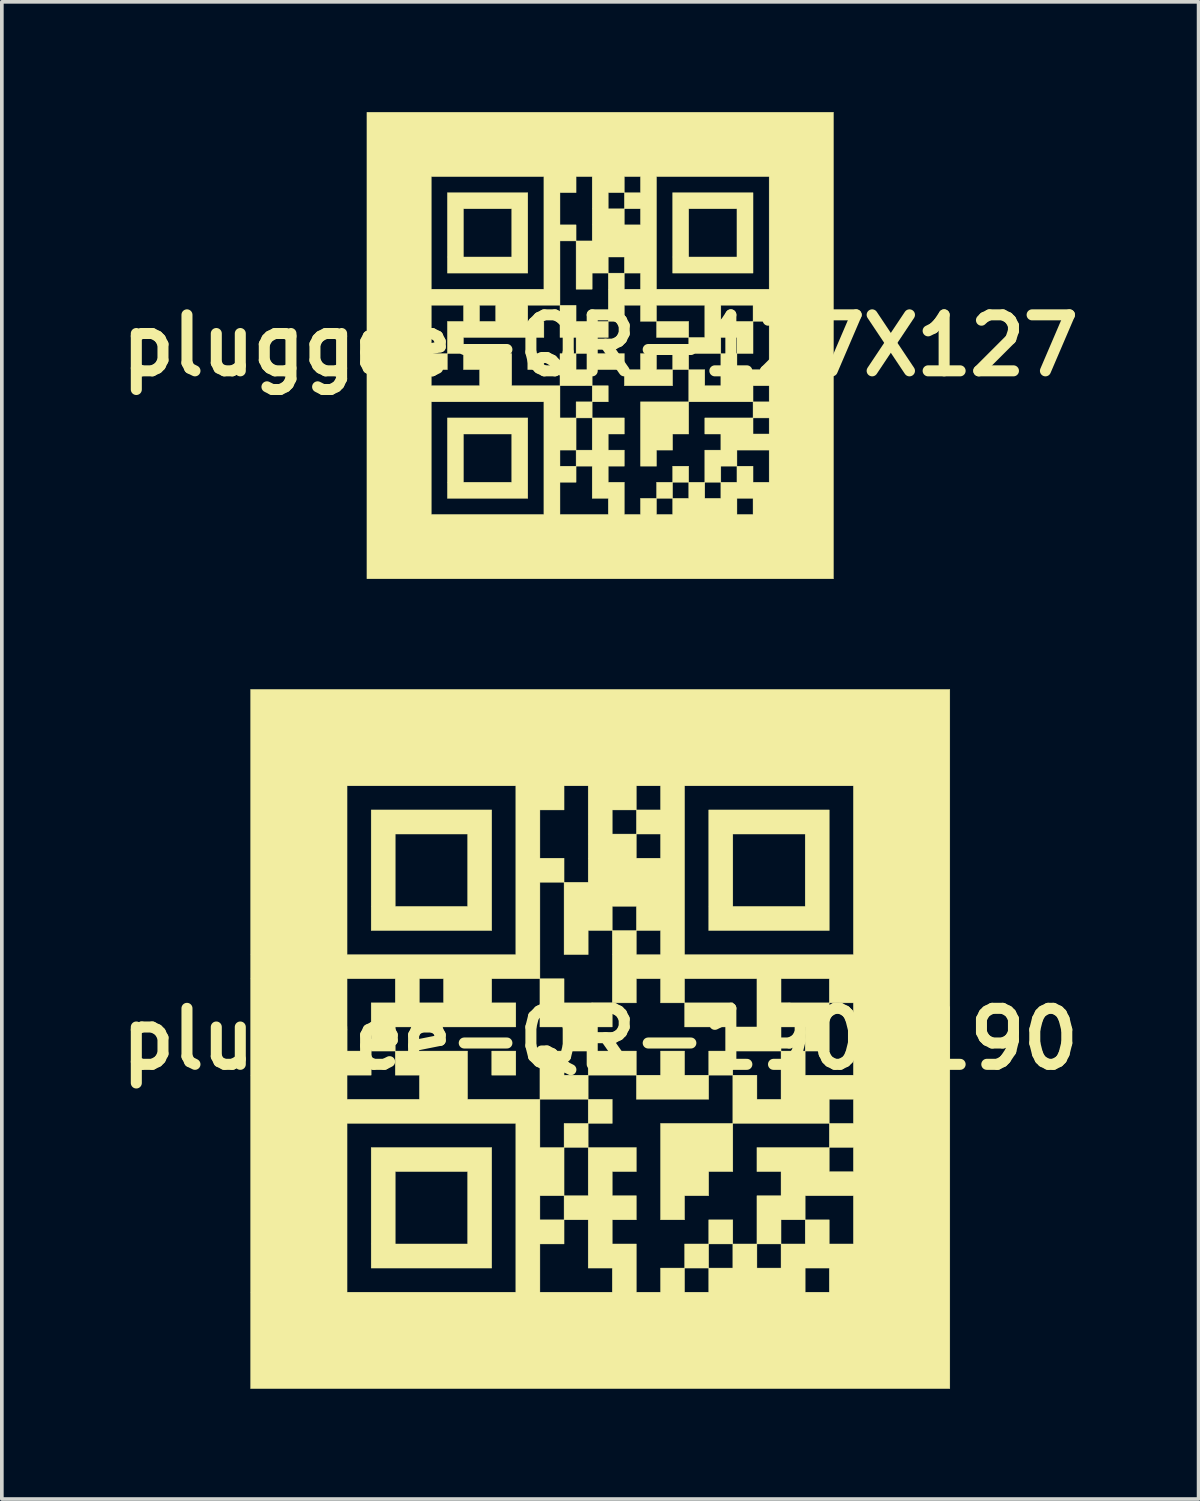
<source format=kicad_pcb>
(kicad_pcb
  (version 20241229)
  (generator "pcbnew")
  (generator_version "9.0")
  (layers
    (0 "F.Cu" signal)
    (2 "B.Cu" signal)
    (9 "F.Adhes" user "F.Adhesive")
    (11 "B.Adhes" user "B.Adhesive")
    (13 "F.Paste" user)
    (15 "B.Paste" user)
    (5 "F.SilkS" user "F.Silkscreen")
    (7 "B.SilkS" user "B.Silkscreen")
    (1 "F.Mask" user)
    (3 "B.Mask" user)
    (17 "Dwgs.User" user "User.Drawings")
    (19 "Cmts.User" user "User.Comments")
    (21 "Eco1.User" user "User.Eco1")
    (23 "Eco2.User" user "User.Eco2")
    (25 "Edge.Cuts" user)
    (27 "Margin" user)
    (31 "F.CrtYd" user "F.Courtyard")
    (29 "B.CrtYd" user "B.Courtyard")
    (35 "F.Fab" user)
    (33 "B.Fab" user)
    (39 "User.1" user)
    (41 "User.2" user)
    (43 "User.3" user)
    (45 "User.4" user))
  (footprint "pluggee-QR-127X127"
    (layer "F.Cu")
    (at 13.288 6.355)
    (property "Reference" "pluggee-QR-127X127" (at 0 0 0) (layer "F.SilkS") (effects (font (size 1.524 1.524) (thickness 0.3))))
    (attr through_hole)
    (fp_poly (pts (xy -1.533 0.657) (xy -1.971 0.657) (xy -1.971 0.219) (xy -1.533 0.219) (xy -1.533 0.657)) (stroke (width 0.01) (type solid)) (fill yes) (layer "F.SilkS"))
    (fp_poly (pts (xy -0.219 1.971) (xy -0.657 1.971) (xy -0.657 1.533) (xy -0.219 1.533) (xy -0.219 1.971)) (stroke (width 0.01) (type solid)) (fill yes) (layer "F.SilkS"))
    (fp_poly (pts (xy 0.219 1.533) (xy -0.219 1.533) (xy -0.219 1.095) (xy 0.219 1.095) (xy 0.219 1.533)) (stroke (width 0.01) (type solid)) (fill yes) (layer "F.SilkS"))
    (fp_poly (pts (xy 1.971 4.16) (xy 1.533 4.16) (xy 1.533 3.722) (xy 1.971 3.722) (xy 1.971 4.16)) (stroke (width 0.01) (type solid)) (fill yes) (layer "F.SilkS"))
    (fp_poly (pts (xy 2.409 -0.219) (xy 1.533 -0.219) (xy 1.533 -0.657) (xy 2.409 -0.657) (xy 2.409 -0.219)) (stroke (width 0.01) (type solid)) (fill yes) (layer "F.SilkS"))
    (fp_poly (pts (xy 2.409 0.657) (xy 1.971 0.657) (xy 1.971 0.219) (xy 2.409 0.219) (xy 2.409 0.657)) (stroke (width 0.01) (type solid)) (fill yes) (layer "F.SilkS"))
    (fp_poly (pts (xy 2.409 3.722) (xy 1.971 3.722) (xy 1.971 3.284) (xy 2.409 3.284) (xy 2.409 3.722)) (stroke (width 0.01) (type solid)) (fill yes) (layer "F.SilkS"))
    (fp_poly (pts (xy 1.533 0.657) (xy 1.971 0.657) (xy 1.971 1.095) (xy 0.657 1.095) (xy 0.657 0.657) (xy 1.095 0.657) (xy 1.095 0.219) (xy 1.533 0.219) (xy 1.533 0.657)) (stroke (width 0.01) (type solid)) (fill yes) (layer "F.SilkS"))
    (fp_poly (pts (xy 2.409 2.409) (xy 1.971 2.409) (xy 1.971 2.847) (xy 1.533 2.847) (xy 1.533 3.284) (xy 1.095 3.284) (xy 1.095 1.533) (xy 2.409 1.533) (xy 2.409 2.409)) (stroke (width 0.01) (type solid)) (fill yes) (layer "F.SilkS"))
    (fp_poly (pts (xy -1.971 -1.971) (xy -4.16 -1.971) (xy -4.16 -3.722) (xy -3.722 -3.722) (xy -3.722 -2.409) (xy -2.409 -2.409) (xy -2.409 -3.722) (xy -3.722 -3.722) (xy -4.16 -3.722) (xy -4.16 -4.16) (xy -1.971 -4.16) (xy -1.971 -1.971)) (stroke (width 0.01) (type solid)) (fill yes) (layer "F.SilkS"))
    (fp_poly (pts (xy -1.971 4.16) (xy -4.16 4.16) (xy -4.16 2.409) (xy -3.722 2.409) (xy -3.722 3.722) (xy -2.409 3.722) (xy -2.409 2.409) (xy -3.722 2.409) (xy -4.16 2.409) (xy -4.16 1.971) (xy -1.971 1.971) (xy -1.971 4.16)) (stroke (width 0.01) (type solid)) (fill yes) (layer "F.SilkS"))
    (fp_poly (pts (xy 4.16 -1.971) (xy 1.971 -1.971) (xy 1.971 -3.722) (xy 2.409 -3.722) (xy 2.409 -2.409) (xy 3.722 -2.409) (xy 3.722 -3.722) (xy 2.409 -3.722) (xy 1.971 -3.722) (xy 1.971 -4.16) (xy 4.16 -4.16) (xy 4.16 -1.971)) (stroke (width 0.01) (type solid)) (fill yes) (layer "F.SilkS"))
    (fp_poly (pts (xy 0.657 0.219) (xy 0.657 0.657) (xy -0.219 0.657) (xy -0.219 1.095) (xy -1.095 1.095) (xy -1.095 0.219) (xy -0.657 0.219) (xy -0.657 0.657) (xy -0.219 0.657) (xy -0.219 0.219) (xy -0.657 0.219) (xy -0.657 -0.219) (xy -1.095 -0.219) (xy -1.095 -1.095) (xy -0.657 -1.095) (xy -0.657 -0.657) (xy 0.219 -0.657) (xy 0.219 -0.219) (xy -0.219 -0.219) (xy -0.219 0.219) (xy 0.657 0.219)) (stroke (width 0.01) (type solid)) (fill yes) (layer "F.SilkS"))
    (fp_poly (pts (xy 6.35 6.35) (xy -6.35 6.35) (xy -6.35 1.533) (xy -4.598 1.533) (xy -4.598 4.598) (xy -1.533 4.598) (xy -1.533 3.722) (xy -1.095 3.722) (xy -1.095 4.598) (xy 0.219 4.598) (xy 0.219 4.16) (xy -0.219 4.16) (xy -0.219 3.284) (xy -0.657 3.284) (xy -0.657 3.722) (xy -1.095 3.722) (xy -1.533 3.722) (xy -1.533 2.847) (xy -1.095 2.847) (xy -1.095 3.284) (xy -0.657 3.284) (xy -0.657 2.847) (xy -1.095 2.847) (xy -1.533 2.847) (xy -1.533 1.533) (xy -4.598 1.533) (xy -6.35 1.533) (xy -6.35 0.657) (xy -4.598 0.657) (xy -4.598 1.095) (xy -3.284 1.095) (xy -3.284 0.657) (xy -3.722 0.657) (xy -3.722 0.219) (xy -4.16 0.219) (xy -4.16 0.657) (xy -4.598 0.657) (xy -6.35 0.657) (xy -6.35 -1.095) (xy -4.598 -1.095) (xy -4.598 0.219) (xy -4.16 0.219) (xy -4.16 -0.219) (xy -3.722 -0.219) (xy -3.722 0.219) (xy -2.409 0.219) (xy -2.409 1.095) (xy -1.095 1.095) (xy -1.095 1.971) (xy -0.657 1.971) (xy -0.657 2.847) (xy -0.219 2.847) (xy -0.219 1.971) (xy 0.657 1.971) (xy 0.657 2.409) (xy 0.219 2.409) (xy 0.219 2.847) (xy 0.657 2.847) (xy 0.657 3.284) (xy 0.219 3.284) (xy 0.219 3.722) (xy 0.657 3.722) (xy 0.657 4.598) (xy 1.095 4.598) (xy 1.095 4.16) (xy 1.533 4.16) (xy 1.533 4.598) (xy 1.971 4.598) (xy 1.971 4.16) (xy 2.409 4.16) (xy 2.409 3.722) (xy 2.847 3.722) (xy 2.847 4.16) (xy 3.284 4.16) (xy 3.722 4.16) (xy 3.722 4.598) (xy 4.16 4.598) (xy 4.16 4.16) (xy 3.722 4.16) (xy 3.284 4.16) (xy 3.284 3.722) (xy 2.847 3.722) (xy 2.847 3.284) (xy 3.284 3.284) (xy 3.284 3.722) (xy 3.722 3.722) (xy 3.722 3.284) (xy 3.284 3.284) (xy 2.847 3.284) (xy 2.847 2.847) (xy 3.284 2.847) (xy 3.722 2.847) (xy 3.722 3.284) (xy 4.16 3.284) (xy 4.16 3.722) (xy 4.598 3.722) (xy 4.598 2.847) (xy 3.722 2.847) (xy 3.284 2.847) (xy 3.284 2.409) (xy 2.847 2.409) (xy 2.847 1.971) (xy 4.16 1.971) (xy 4.16 2.409) (xy 4.598 2.409) (xy 4.598 1.971) (xy 4.16 1.971) (xy 4.16 1.533) (xy 2.409 1.533) (xy 2.409 0.657) (xy 2.847 0.657) (xy 2.847 1.095) (xy 3.284 1.095) (xy 4.16 1.095) (xy 4.16 1.533) (xy 4.598 1.533) (xy 4.598 1.095) (xy 4.16 1.095) (xy 3.284 1.095) (xy 3.284 0.219) (xy 2.409 0.219) (xy 2.409 -0.219) (xy 2.847 -0.219) (xy 3.284 -0.219) (xy 3.284 0.219) (xy 3.722 0.219) (xy 3.722 0.657) (xy 4.598 0.657) (xy 4.598 -0.657) (xy 4.16 -0.657) (xy 4.16 0.219) (xy 3.722 0.219) (xy 3.722 -0.219) (xy 3.284 -0.219) (xy 2.847 -0.219) (xy 2.847 -1.095) (xy 3.284 -1.095) (xy 3.284 -0.657) (xy 4.16 -0.657) (xy 4.16 -1.095) (xy 3.284 -1.095) (xy 2.847 -1.095) (xy 1.533 -1.095) (xy 1.533 -0.657) (xy 1.095 -0.657) (xy 1.095 -1.095) (xy 0.657 -1.095) (xy 0.657 -0.657) (xy 0.219 -0.657) (xy 0.219 -1.971) (xy -0.219 -1.971) (xy -0.219 -1.533) (xy -0.657 -1.533) (xy -0.657 -2.409) (xy 0.219 -2.409) (xy 0.219 -1.971) (xy 0.657 -1.971) (xy 0.657 -1.533) (xy 1.095 -1.533) (xy 1.095 -1.971) (xy 0.657 -1.971) (xy 0.657 -2.409) (xy 0.219 -2.409) (xy -0.657 -2.409) (xy -0.657 -2.847) (xy -1.095 -2.847) (xy -1.095 -1.095) (xy -1.971 -1.095) (xy -1.971 -0.657) (xy -1.533 -0.657) (xy -1.533 -0.219) (xy -3.722 -0.219) (xy -4.16 -0.219) (xy -4.16 -0.657) (xy -3.722 -0.657) (xy -3.722 -1.095) (xy -3.284 -1.095) (xy -3.284 -0.657) (xy -2.847 -0.657) (xy -2.847 -1.095) (xy -3.284 -1.095) (xy -3.722 -1.095) (xy -4.598 -1.095) (xy -6.35 -1.095) (xy -6.35 -4.598) (xy -4.598 -4.598) (xy -4.598 -1.533) (xy -1.533 -1.533) (xy -1.533 -4.16) (xy -1.095 -4.16) (xy -1.095 -3.284) (xy -0.657 -3.284) (xy -0.657 -2.847) (xy -0.219 -2.847) (xy -0.219 -4.16) (xy 0.219 -4.16) (xy 0.219 -3.722) (xy 0.657 -3.722) (xy 0.657 -3.284) (xy 1.095 -3.284) (xy 1.095 -3.722) (xy 0.657 -3.722) (xy 0.657 -4.16) (xy 0.219 -4.16) (xy -0.219 -4.16) (xy -0.219 -4.598) (xy 0.657 -4.598) (xy 0.657 -4.16) (xy 1.095 -4.16) (xy 1.095 -4.598) (xy 1.533 -4.598) (xy 1.533 -1.533) (xy 4.598 -1.533) (xy 4.598 -4.598) (xy 1.533 -4.598) (xy 1.095 -4.598) (xy 0.657 -4.598) (xy -0.219 -4.598) (xy -0.657 -4.598) (xy -0.657 -4.16) (xy -1.095 -4.16) (xy -1.533 -4.16) (xy -1.533 -4.598) (xy -4.598 -4.598) (xy -6.35 -4.598) (xy -6.35 -6.35) (xy 6.35 -6.35) (xy 6.35 6.35)) (stroke (width 0.01) (type solid)) (fill yes) (layer "F.SilkS")))
  (footprint "pluggee-QR-190X190"
    (layer "F.Cu")
    (at 13.288 25.232)
    (property "Reference" "pluggee-QR-190X190" (at 0 0 0) (layer "F.SilkS") (effects (font (size 1.524 1.524) (thickness 0.3))))
    (attr through_hole)
    (fp_poly (pts (xy -2.297 0.984) (xy -2.953 0.984) (xy -2.953 0.328) (xy -2.297 0.328) (xy -2.297 0.984)) (stroke (width 0.01) (type solid)) (fill yes) (layer "F.SilkS"))
    (fp_poly (pts (xy -0.328 2.953) (xy -0.984 2.953) (xy -0.984 2.297) (xy -0.328 2.297) (xy -0.328 2.953)) (stroke (width 0.01) (type solid)) (fill yes) (layer "F.SilkS"))
    (fp_poly (pts (xy 0.328 2.297) (xy -0.328 2.297) (xy -0.328 1.641) (xy 0.328 1.641) (xy 0.328 2.297)) (stroke (width 0.01) (type solid)) (fill yes) (layer "F.SilkS"))
    (fp_poly (pts (xy 2.953 6.235) (xy 2.297 6.235) (xy 2.297 5.579) (xy 2.953 5.579) (xy 2.953 6.235)) (stroke (width 0.01) (type solid)) (fill yes) (layer "F.SilkS"))
    (fp_poly (pts (xy 3.61 -0.328) (xy 2.297 -0.328) (xy 2.297 -0.984) (xy 3.61 -0.984) (xy 3.61 -0.328)) (stroke (width 0.01) (type solid)) (fill yes) (layer "F.SilkS"))
    (fp_poly (pts (xy 3.61 0.984) (xy 2.953 0.984) (xy 2.953 0.328) (xy 3.61 0.328) (xy 3.61 0.984)) (stroke (width 0.01) (type solid)) (fill yes) (layer "F.SilkS"))
    (fp_poly (pts (xy 3.61 5.579) (xy 2.953 5.579) (xy 2.953 4.922) (xy 3.61 4.922) (xy 3.61 5.579)) (stroke (width 0.01) (type solid)) (fill yes) (layer "F.SilkS"))
    (fp_poly (pts (xy 2.297 0.984) (xy 2.953 0.984) (xy 2.953 1.641) (xy 0.984 1.641) (xy 0.984 0.984) (xy 1.641 0.984) (xy 1.641 0.328) (xy 2.297 0.328) (xy 2.297 0.984)) (stroke (width 0.01) (type solid)) (fill yes) (layer "F.SilkS"))
    (fp_poly (pts (xy 3.61 3.61) (xy 2.953 3.61) (xy 2.953 4.266) (xy 2.297 4.266) (xy 2.297 4.922) (xy 1.641 4.922) (xy 1.641 2.297) (xy 3.61 2.297) (xy 3.61 3.61)) (stroke (width 0.01) (type solid)) (fill yes) (layer "F.SilkS"))
    (fp_poly (pts (xy -2.953 -2.953) (xy -6.235 -2.953) (xy -6.235 -5.579) (xy -5.579 -5.579) (xy -5.579 -3.61) (xy -3.61 -3.61) (xy -3.61 -5.579) (xy -5.579 -5.579) (xy -6.235 -5.579) (xy -6.235 -6.235) (xy -2.953 -6.235) (xy -2.953 -2.953)) (stroke (width 0.01) (type solid)) (fill yes) (layer "F.SilkS"))
    (fp_poly (pts (xy -2.953 6.235) (xy -6.235 6.235) (xy -6.235 3.61) (xy -5.579 3.61) (xy -5.579 5.579) (xy -3.61 5.579) (xy -3.61 3.61) (xy -5.579 3.61) (xy -6.235 3.61) (xy -6.235 2.953) (xy -2.953 2.953) (xy -2.953 6.235)) (stroke (width 0.01) (type solid)) (fill yes) (layer "F.SilkS"))
    (fp_poly (pts (xy 6.235 -2.953) (xy 2.953 -2.953) (xy 2.953 -5.579) (xy 3.61 -5.579) (xy 3.61 -3.61) (xy 5.579 -3.61) (xy 5.579 -5.579) (xy 3.61 -5.579) (xy 2.953 -5.579) (xy 2.953 -6.235) (xy 6.235 -6.235) (xy 6.235 -2.953)) (stroke (width 0.01) (type solid)) (fill yes) (layer "F.SilkS"))
    (fp_poly (pts (xy 0.984 0.328) (xy 0.984 0.984) (xy -0.328 0.984) (xy -0.328 1.641) (xy -1.641 1.641) (xy -1.641 0.328) (xy -0.984 0.328) (xy -0.984 0.984) (xy -0.328 0.984) (xy -0.328 0.328) (xy -0.984 0.328) (xy -0.984 -0.328) (xy -1.641 -0.328) (xy -1.641 -1.641) (xy -0.984 -1.641) (xy -0.984 -0.984) (xy 0.328 -0.984) (xy 0.328 -0.328) (xy -0.328 -0.328) (xy -0.328 0.328) (xy 0.984 0.328)) (stroke (width 0.01) (type solid)) (fill yes) (layer "F.SilkS"))
    (fp_poly (pts (xy 9.517 9.517) (xy -9.517 9.517) (xy -9.517 2.297) (xy -6.891 2.297) (xy -6.891 6.891) (xy -2.297 6.891) (xy -2.297 5.579) (xy -1.641 5.579) (xy -1.641 6.891) (xy 0.328 6.891) (xy 0.328 6.235) (xy -0.328 6.235) (xy -0.328 4.922) (xy -0.984 4.922) (xy -0.984 5.579) (xy -1.641 5.579) (xy -2.297 5.579) (xy -2.297 4.266) (xy -1.641 4.266) (xy -1.641 4.922) (xy -0.984 4.922) (xy -0.984 4.266) (xy -1.641 4.266) (xy -2.297 4.266) (xy -2.297 2.297) (xy -6.891 2.297) (xy -9.517 2.297) (xy -9.517 0.984) (xy -6.891 0.984) (xy -6.891 1.641) (xy -4.922 1.641) (xy -4.922 0.984) (xy -5.579 0.984) (xy -5.579 0.328) (xy -6.235 0.328) (xy -6.235 0.984) (xy -6.891 0.984) (xy -9.517 0.984) (xy -9.517 -1.641) (xy -6.891 -1.641) (xy -6.891 0.328) (xy -6.235 0.328) (xy -6.235 -0.328) (xy -5.579 -0.328) (xy -5.579 0.328) (xy -3.61 0.328) (xy -3.61 1.641) (xy -1.641 1.641) (xy -1.641 2.953) (xy -0.984 2.953) (xy -0.984 4.266) (xy -0.328 4.266) (xy -0.328 2.953) (xy 0.984 2.953) (xy 0.984 3.61) (xy 0.328 3.61) (xy 0.328 4.266) (xy 0.984 4.266) (xy 0.984 4.922) (xy 0.328 4.922) (xy 0.328 5.579) (xy 0.984 5.579) (xy 0.984 6.891) (xy 1.641 6.891) (xy 1.641 6.235) (xy 2.297 6.235) (xy 2.297 6.891) (xy 2.953 6.891) (xy 2.953 6.235) (xy 3.61 6.235) (xy 3.61 5.579) (xy 4.266 5.579) (xy 4.266 6.235) (xy 4.922 6.235) (xy 5.579 6.235) (xy 5.579 6.891) (xy 6.235 6.891) (xy 6.235 6.235) (xy 5.579 6.235) (xy 4.922 6.235) (xy 4.922 5.579) (xy 4.266 5.579) (xy 4.266 4.922) (xy 4.922 4.922) (xy 4.922 5.579) (xy 5.579 5.579) (xy 5.579 4.922) (xy 4.922 4.922) (xy 4.266 4.922) (xy 4.266 4.266) (xy 4.922 4.266) (xy 5.579 4.266) (xy 5.579 4.922) (xy 6.235 4.922) (xy 6.235 5.579) (xy 6.891 5.579) (xy 6.891 4.266) (xy 5.579 4.266) (xy 4.922 4.266) (xy 4.922 3.61) (xy 4.266 3.61) (xy 4.266 2.953) (xy 6.235 2.953) (xy 6.235 3.61) (xy 6.891 3.61) (xy 6.891 2.953) (xy 6.235 2.953) (xy 6.235 2.297) (xy 3.61 2.297) (xy 3.61 0.984) (xy 4.266 0.984) (xy 4.266 1.641) (xy 4.922 1.641) (xy 6.235 1.641) (xy 6.235 2.297) (xy 6.891 2.297) (xy 6.891 1.641) (xy 6.235 1.641) (xy 4.922 1.641) (xy 4.922 0.328) (xy 3.61 0.328) (xy 3.61 -0.328) (xy 4.266 -0.328) (xy 4.922 -0.328) (xy 4.922 0.328) (xy 5.579 0.328) (xy 5.579 0.984) (xy 6.891 0.984) (xy 6.891 -0.984) (xy 6.235 -0.984) (xy 6.235 0.328) (xy 5.579 0.328) (xy 5.579 -0.328) (xy 4.922 -0.328) (xy 4.266 -0.328) (xy 4.266 -1.641) (xy 4.922 -1.641) (xy 4.922 -0.984) (xy 6.235 -0.984) (xy 6.235 -1.641) (xy 4.922 -1.641) (xy 4.266 -1.641) (xy 2.297 -1.641) (xy 2.297 -0.984) (xy 1.641 -0.984) (xy 1.641 -1.641) (xy 0.984 -1.641) (xy 0.984 -0.984) (xy 0.328 -0.984) (xy 0.328 -2.953) (xy -0.328 -2.953) (xy -0.328 -2.297) (xy -0.984 -2.297) (xy -0.984 -3.61) (xy 0.328 -3.61) (xy 0.328 -2.953) (xy 0.984 -2.953) (xy 0.984 -2.297) (xy 1.641 -2.297) (xy 1.641 -2.953) (xy 0.984 -2.953) (xy 0.984 -3.61) (xy 0.328 -3.61) (xy -0.984 -3.61) (xy -0.984 -4.266) (xy -1.641 -4.266) (xy -1.641 -1.641) (xy -2.953 -1.641) (xy -2.953 -0.984) (xy -2.297 -0.984) (xy -2.297 -0.328) (xy -5.579 -0.328) (xy -6.235 -0.328) (xy -6.235 -0.984) (xy -5.579 -0.984) (xy -5.579 -1.641) (xy -4.922 -1.641) (xy -4.922 -0.984) (xy -4.266 -0.984) (xy -4.266 -1.641) (xy -4.922 -1.641) (xy -5.579 -1.641) (xy -6.891 -1.641) (xy -9.517 -1.641) (xy -9.517 -6.891) (xy -6.891 -6.891) (xy -6.891 -2.297) (xy -2.297 -2.297) (xy -2.297 -6.235) (xy -1.641 -6.235) (xy -1.641 -4.922) (xy -0.984 -4.922) (xy -0.984 -4.266) (xy -0.328 -4.266) (xy -0.328 -6.235) (xy 0.328 -6.235) (xy 0.328 -5.579) (xy 0.984 -5.579) (xy 0.984 -4.922) (xy 1.641 -4.922) (xy 1.641 -5.579) (xy 0.984 -5.579) (xy 0.984 -6.235) (xy 0.328 -6.235) (xy -0.328 -6.235) (xy -0.328 -6.891) (xy 0.984 -6.891) (xy 0.984 -6.235) (xy 1.641 -6.235) (xy 1.641 -6.891) (xy 2.297 -6.891) (xy 2.297 -2.297) (xy 6.891 -2.297) (xy 6.891 -6.891) (xy 2.297 -6.891) (xy 1.641 -6.891) (xy 0.984 -6.891) (xy -0.328 -6.891) (xy -0.984 -6.891) (xy -0.984 -6.235) (xy -1.641 -6.235) (xy -2.297 -6.235) (xy -2.297 -6.891) (xy -6.891 -6.891) (xy -9.517 -6.891) (xy -9.517 -9.517) (xy 9.517 -9.517) (xy 9.517 9.517)) (stroke (width 0.01) (type solid)) (fill yes) (layer "F.SilkS")))
  (gr_rect
    (start -3 -3)
    (end 29.576 37.754)
    (stroke (width 0.1) (type default))
    (fill no)
    (layer "Edge.Cuts")))
</source>
